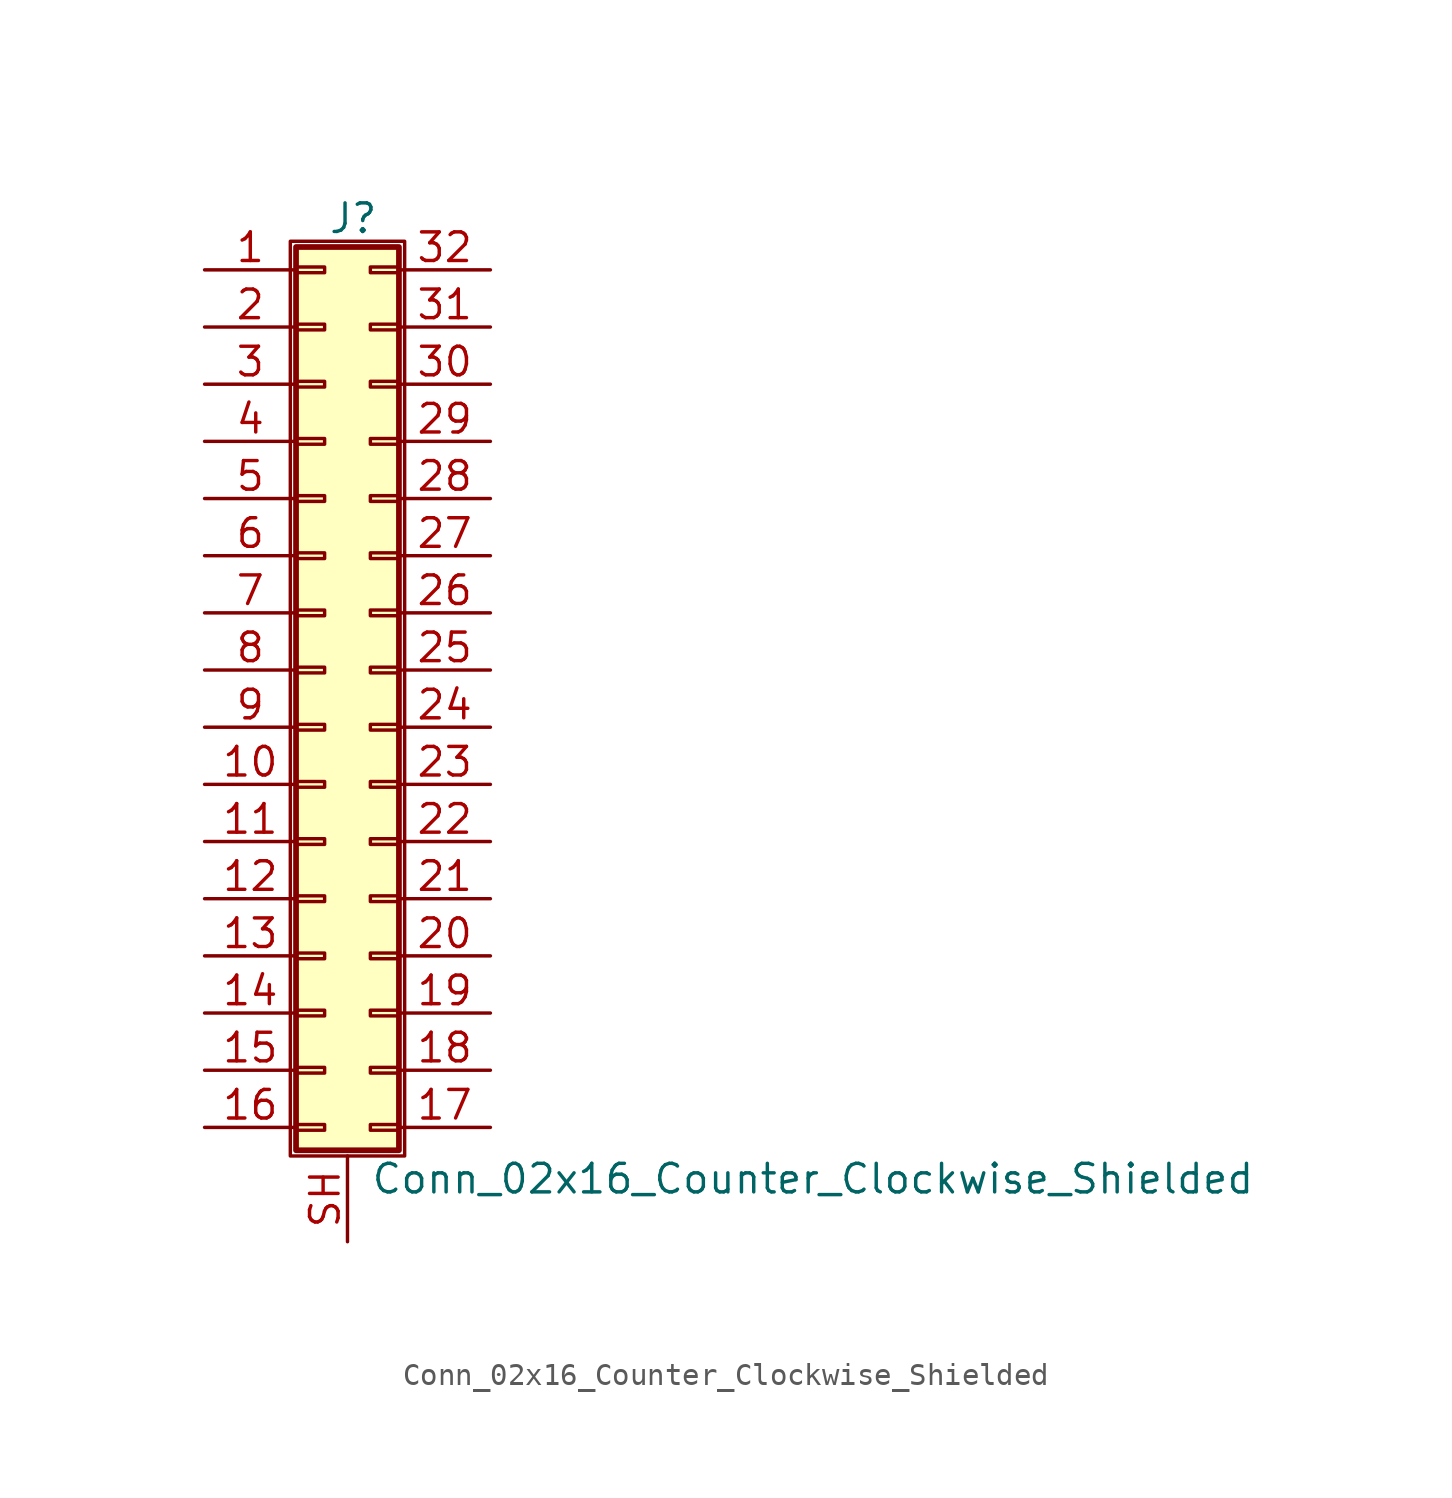
<source format=kicad_sym>
(kicad_symbol_lib
  (version 20201005)
  (generator kicad_symbol_editor)
  (symbol "Connector_Generic_Shielded:Conn_02x16_Counter_Clockwise_Shielded"
    (pin_names
      (offset 1.016) hide)
    (property "Reference" "J"
      (at 1.524 20.066 0)
      (effects (font (size 1.27 1.27))))
    (property "Value" "Conn_02x16_Counter_Clockwise_Shielded"
      (at 2.286 -22.606 0)
      (effects (font (size 1.27 1.27)) (justify left)))
    (symbol "Conn_02x16_Counter_Clockwise_Shielded_1_1"
      (rectangle (start -1.016 -4.953) (end 0.254 -5.207) (stroke (width 0.152)) (fill (type none)))
      (rectangle (start -1.016 -7.493) (end 0.254 -7.747) (stroke (width 0.152)) (fill (type none)))
      (rectangle (start -1.016 -10.033) (end 0.254 -10.287) (stroke (width 0.152)) (fill (type none)))
      (rectangle (start -1.016 -12.573) (end 0.254 -12.827) (stroke (width 0.152)) (fill (type none)))
      (rectangle (start -1.016 -15.113) (end 0.254 -15.367) (stroke (width 0.152)) (fill (type none)))
      (rectangle (start -1.016 -17.653) (end 0.254 -17.907) (stroke (width 0.152)) (fill (type none)))
      (rectangle (start -1.016 -20.193) (end 0.254 -20.447) (stroke (width 0.152)) (fill (type none)))
      (rectangle (start -1.016 -2.413) (end 0.254 -2.667) (stroke (width 0.152)) (fill (type none)))
      (rectangle (start -1.016 2.667) (end 0.254 2.413) (stroke (width 0.152)) (fill (type none)))
      (rectangle (start -1.016 5.207) (end 0.254 4.953) (stroke (width 0.152)) (fill (type none)))
      (rectangle (start -1.016 7.747) (end 0.254 7.493) (stroke (width 0.152)) (fill (type none)))
      (rectangle (start -1.016 10.287) (end 0.254 10.033) (stroke (width 0.152)) (fill (type none)))
      (rectangle (start -1.016 0.127) (end 0.254 -0.127) (stroke (width 0.152)) (fill (type none)))
      (rectangle (start -1.016 12.827) (end 0.254 12.573) (stroke (width 0.152)) (fill (type none)))
      (rectangle (start -1.016 15.367) (end 0.254 15.113) (stroke (width 0.152)) (fill (type none)))
      (rectangle (start -1.016 17.907) (end 0.254 17.653) (stroke (width 0.152)) (fill (type none)))
      (rectangle (start -1.016 18.796) (end 3.556 -21.336) (stroke (width 0.254)) (fill (type background)))
      (rectangle (start -1.27 19.05) (end 3.81 -21.59) (stroke (width 0.152)) (fill (type none)))
      (rectangle (start 3.556 -4.953) (end 2.286 -5.207) (stroke (width 0.152)) (fill (type none)))
      (rectangle (start 3.556 -7.493) (end 2.286 -7.747) (stroke (width 0.152)) (fill (type none)))
      (rectangle (start 3.556 -10.033) (end 2.286 -10.287) (stroke (width 0.152)) (fill (type none)))
      (rectangle (start 3.556 -12.573) (end 2.286 -12.827) (stroke (width 0.152)) (fill (type none)))
      (rectangle (start 3.556 -15.113) (end 2.286 -15.367) (stroke (width 0.152)) (fill (type none)))
      (rectangle (start 3.556 -17.653) (end 2.286 -17.907) (stroke (width 0.152)) (fill (type none)))
      (rectangle (start 3.556 -20.193) (end 2.286 -20.447) (stroke (width 0.152)) (fill (type none)))
      (rectangle (start 3.556 -2.413) (end 2.286 -2.667) (stroke (width 0.152)) (fill (type none)))
      (rectangle (start 3.556 2.667) (end 2.286 2.413) (stroke (width 0.152)) (fill (type none)))
      (rectangle (start 3.556 5.207) (end 2.286 4.953) (stroke (width 0.152)) (fill (type none)))
      (rectangle (start 3.556 7.747) (end 2.286 7.493) (stroke (width 0.152)) (fill (type none)))
      (rectangle (start 3.556 10.287) (end 2.286 10.033) (stroke (width 0.152)) (fill (type none)))
      (rectangle (start 3.556 0.127) (end 2.286 -0.127) (stroke (width 0.152)) (fill (type none)))
      (rectangle (start 3.556 12.827) (end 2.286 12.573) (stroke (width 0.152)) (fill (type none)))
      (rectangle (start 3.556 15.367) (end 2.286 15.113) (stroke (width 0.152)) (fill (type none)))
      (rectangle (start 3.556 17.907) (end 2.286 17.653) (stroke (width 0.152)) (fill (type none)))
      (pin passive line (at -5.08 17.78 0) (length 4.064) (name "Pin_1" (effects (font (size 1.27 1.27)))) (number "1" (effects (font (size 1.27 1.27)))))
      (pin passive line (at -5.08 -5.08 0) (length 4.064) (name "Pin_10" (effects (font (size 1.27 1.27)))) (number "10" (effects (font (size 1.27 1.27)))))
      (pin passive line (at -5.08 -7.62 0) (length 4.064) (name "Pin_11" (effects (font (size 1.27 1.27)))) (number "11" (effects (font (size 1.27 1.27)))))
      (pin passive line (at -5.08 -10.16 0) (length 4.064) (name "Pin_12" (effects (font (size 1.27 1.27)))) (number "12" (effects (font (size 1.27 1.27)))))
      (pin passive line (at -5.08 -12.7 0) (length 4.064) (name "Pin_13" (effects (font (size 1.27 1.27)))) (number "13" (effects (font (size 1.27 1.27)))))
      (pin passive line (at -5.08 -15.24 0) (length 4.064) (name "Pin_14" (effects (font (size 1.27 1.27)))) (number "14" (effects (font (size 1.27 1.27)))))
      (pin passive line (at -5.08 -17.78 0) (length 4.064) (name "Pin_15" (effects (font (size 1.27 1.27)))) (number "15" (effects (font (size 1.27 1.27)))))
      (pin passive line (at -5.08 -20.32 0) (length 4.064) (name "Pin_16" (effects (font (size 1.27 1.27)))) (number "16" (effects (font (size 1.27 1.27)))))
      (pin passive line (at 7.62 -20.32 180) (length 4.064) (name "Pin_17" (effects (font (size 1.27 1.27)))) (number "17" (effects (font (size 1.27 1.27)))))
      (pin passive line (at 7.62 -17.78 180) (length 4.064) (name "Pin_18" (effects (font (size 1.27 1.27)))) (number "18" (effects (font (size 1.27 1.27)))))
      (pin passive line (at 7.62 -15.24 180) (length 4.064) (name "Pin_19" (effects (font (size 1.27 1.27)))) (number "19" (effects (font (size 1.27 1.27)))))
      (pin passive line (at -5.08 15.24 0) (length 4.064) (name "Pin_2" (effects (font (size 1.27 1.27)))) (number "2" (effects (font (size 1.27 1.27)))))
      (pin passive line (at 7.62 -12.7 180) (length 4.064) (name "Pin_20" (effects (font (size 1.27 1.27)))) (number "20" (effects (font (size 1.27 1.27)))))
      (pin passive line (at 7.62 -10.16 180) (length 4.064) (name "Pin_21" (effects (font (size 1.27 1.27)))) (number "21" (effects (font (size 1.27 1.27)))))
      (pin passive line (at 7.62 -7.62 180) (length 4.064) (name "Pin_22" (effects (font (size 1.27 1.27)))) (number "22" (effects (font (size 1.27 1.27)))))
      (pin passive line (at 7.62 -5.08 180) (length 4.064) (name "Pin_23" (effects (font (size 1.27 1.27)))) (number "23" (effects (font (size 1.27 1.27)))))
      (pin passive line (at 7.62 -2.54 180) (length 4.064) (name "Pin_24" (effects (font (size 1.27 1.27)))) (number "24" (effects (font (size 1.27 1.27)))))
      (pin passive line (at 7.62 0 180) (length 4.064) (name "Pin_25" (effects (font (size 1.27 1.27)))) (number "25" (effects (font (size 1.27 1.27)))))
      (pin passive line (at 7.62 2.54 180) (length 4.064) (name "Pin_26" (effects (font (size 1.27 1.27)))) (number "26" (effects (font (size 1.27 1.27)))))
      (pin passive line (at 7.62 5.08 180) (length 4.064) (name "Pin_27" (effects (font (size 1.27 1.27)))) (number "27" (effects (font (size 1.27 1.27)))))
      (pin passive line (at 7.62 7.62 180) (length 4.064) (name "Pin_28" (effects (font (size 1.27 1.27)))) (number "28" (effects (font (size 1.27 1.27)))))
      (pin passive line (at 7.62 10.16 180) (length 4.064) (name "Pin_29" (effects (font (size 1.27 1.27)))) (number "29" (effects (font (size 1.27 1.27)))))
      (pin passive line (at -5.08 12.7 0) (length 4.064) (name "Pin_3" (effects (font (size 1.27 1.27)))) (number "3" (effects (font (size 1.27 1.27)))))
      (pin passive line (at 7.62 12.7 180) (length 4.064) (name "Pin_30" (effects (font (size 1.27 1.27)))) (number "30" (effects (font (size 1.27 1.27)))))
      (pin passive line (at 7.62 15.24 180) (length 4.064) (name "Pin_31" (effects (font (size 1.27 1.27)))) (number "31" (effects (font (size 1.27 1.27)))))
      (pin passive line (at 7.62 17.78 180) (length 4.064) (name "Pin_32" (effects (font (size 1.27 1.27)))) (number "32" (effects (font (size 1.27 1.27)))))
      (pin passive line (at -5.08 10.16 0) (length 4.064) (name "Pin_4" (effects (font (size 1.27 1.27)))) (number "4" (effects (font (size 1.27 1.27)))))
      (pin passive line (at -5.08 7.62 0) (length 4.064) (name "Pin_5" (effects (font (size 1.27 1.27)))) (number "5" (effects (font (size 1.27 1.27)))))
      (pin passive line (at -5.08 5.08 0) (length 4.064) (name "Pin_6" (effects (font (size 1.27 1.27)))) (number "6" (effects (font (size 1.27 1.27)))))
      (pin passive line (at -5.08 2.54 0) (length 4.064) (name "Pin_7" (effects (font (size 1.27 1.27)))) (number "7" (effects (font (size 1.27 1.27)))))
      (pin passive line (at -5.08 0 0) (length 4.064) (name "Pin_8" (effects (font (size 1.27 1.27)))) (number "8" (effects (font (size 1.27 1.27)))))
      (pin passive line (at -5.08 -2.54 0) (length 4.064) (name "Pin_9" (effects (font (size 1.27 1.27)))) (number "9" (effects (font (size 1.27 1.27)))))
      (pin passive line (at 1.27 -25.4 90) (length 3.81) (name "Shield" (effects (font (size 1.27 1.27)))) (number "SH" (effects (font (size 1.27 1.27))))))))
</source>
